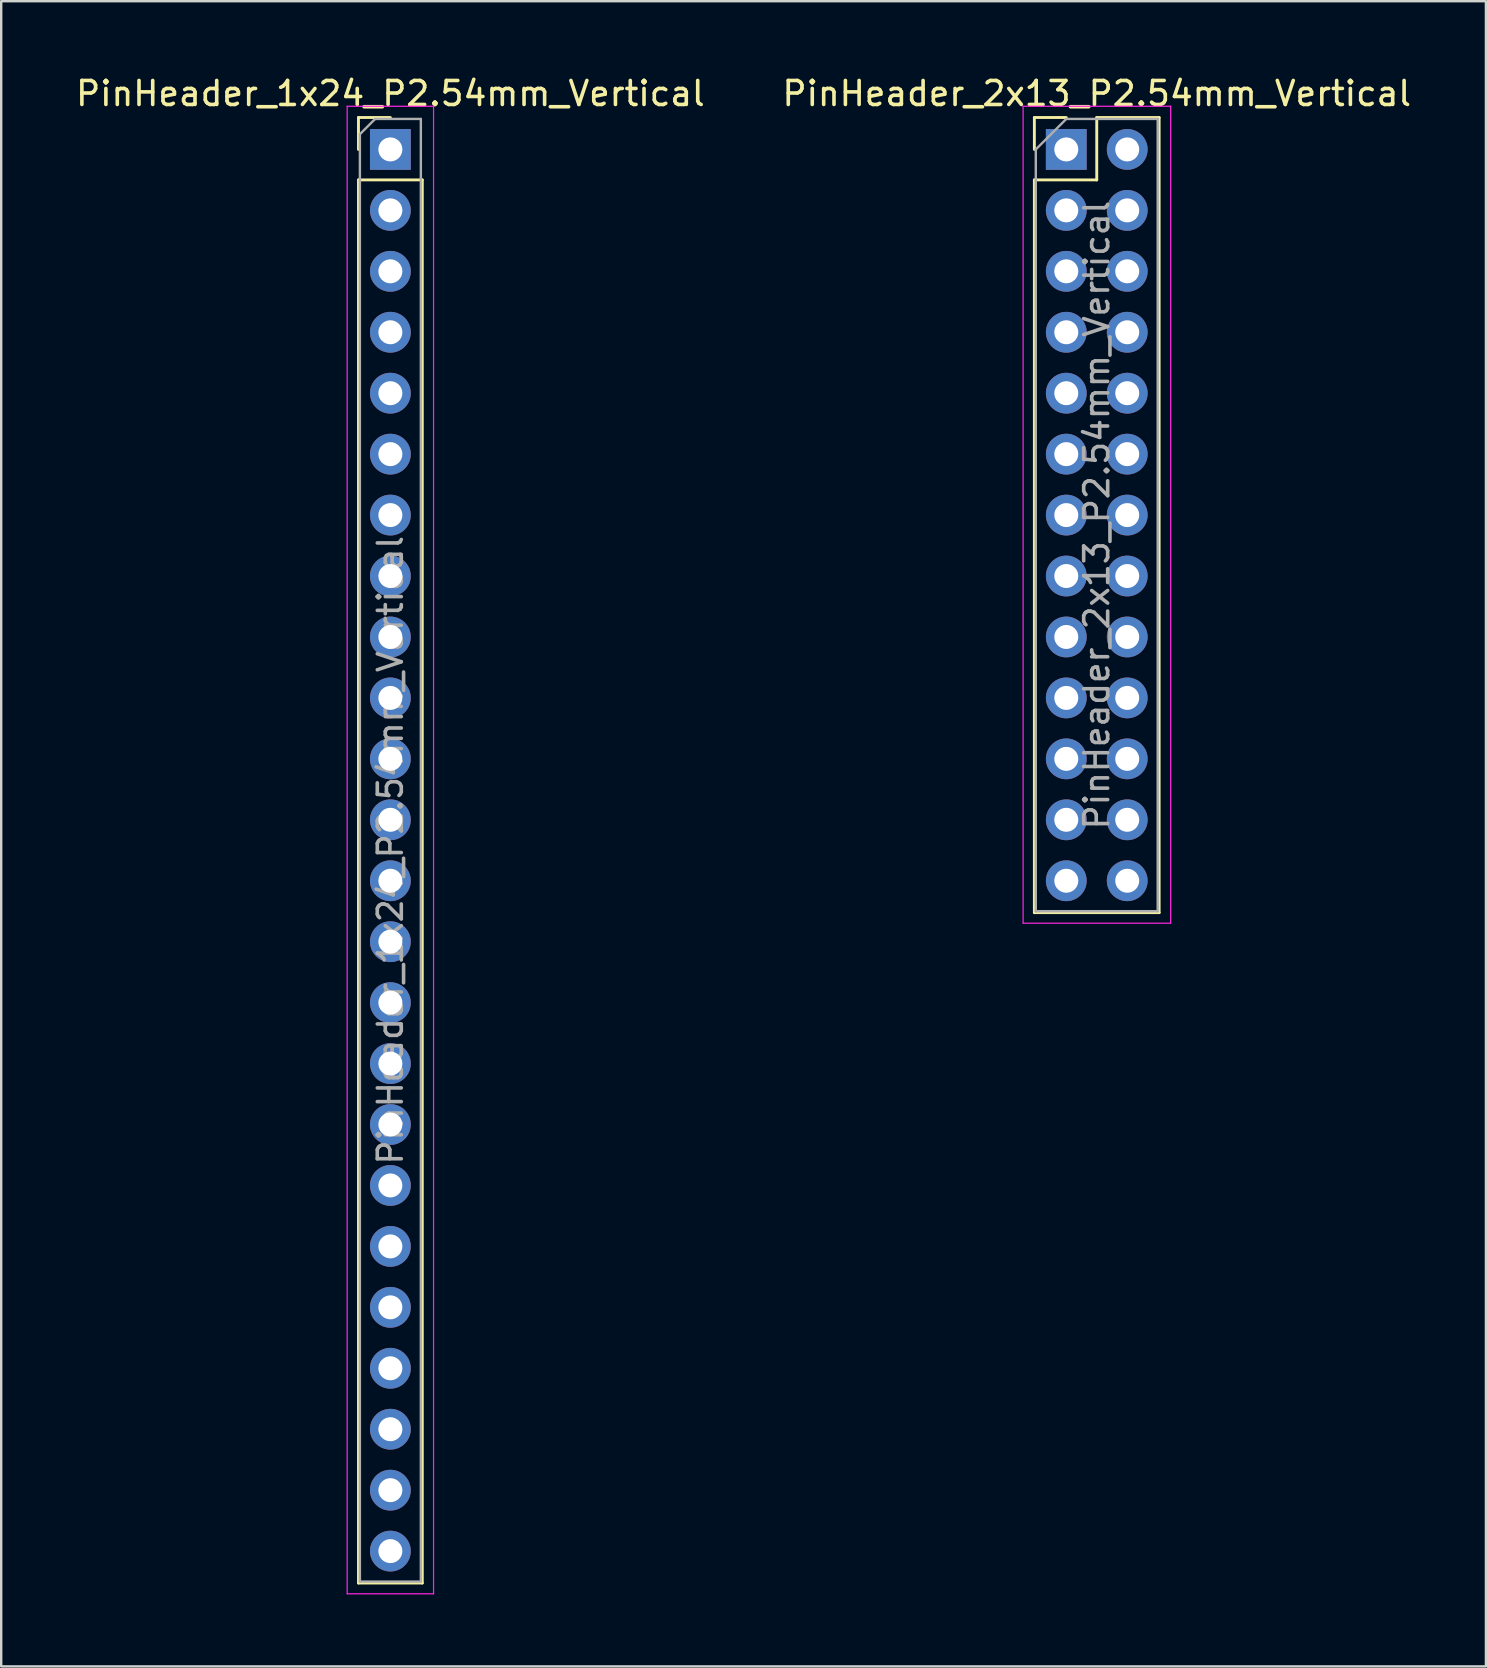
<source format=kicad_pcb>
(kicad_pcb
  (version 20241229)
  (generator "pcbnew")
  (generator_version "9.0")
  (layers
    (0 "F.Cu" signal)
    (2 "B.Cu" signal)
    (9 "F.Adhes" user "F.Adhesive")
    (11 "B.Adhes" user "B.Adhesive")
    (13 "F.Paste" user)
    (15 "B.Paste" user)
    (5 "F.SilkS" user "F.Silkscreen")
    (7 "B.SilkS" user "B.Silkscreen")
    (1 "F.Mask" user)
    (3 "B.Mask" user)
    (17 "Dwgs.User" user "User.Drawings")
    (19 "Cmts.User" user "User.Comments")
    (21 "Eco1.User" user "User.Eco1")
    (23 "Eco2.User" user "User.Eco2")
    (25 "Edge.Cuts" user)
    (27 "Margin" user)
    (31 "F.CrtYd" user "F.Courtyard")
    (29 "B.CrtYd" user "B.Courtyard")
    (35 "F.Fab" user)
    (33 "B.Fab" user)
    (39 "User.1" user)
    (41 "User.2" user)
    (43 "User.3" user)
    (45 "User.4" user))
  (footprint "PinHeader_2x13_P2.54mm_Vertical"
    (layer "F.Cu")
    (at 41.391 3.178)
    (property "Reference" "PinHeader_2x13_P2.54mm_Vertical" (at 1.27 -2.33 0) (layer "F.SilkS") (effects (font (size 1 1) (thickness 0.15))))
    (attr through_hole)
    (fp_line (start -1.33 -1.33) (end 0 -1.33) (stroke (width 0.12) (type solid)) (layer "F.SilkS"))
    (fp_line (start -1.33 0) (end -1.33 -1.33) (stroke (width 0.12) (type solid)) (layer "F.SilkS"))
    (fp_line (start -1.33 1.27) (end -1.33 31.81) (stroke (width 0.12) (type solid)) (layer "F.SilkS"))
    (fp_line (start -1.33 1.27) (end 1.27 1.27) (stroke (width 0.12) (type solid)) (layer "F.SilkS"))
    (fp_line (start -1.33 31.81) (end 3.87 31.81) (stroke (width 0.12) (type solid)) (layer "F.SilkS"))
    (fp_line (start 1.27 -1.33) (end 3.87 -1.33) (stroke (width 0.12) (type solid)) (layer "F.SilkS"))
    (fp_line (start 1.27 1.27) (end 1.27 -1.33) (stroke (width 0.12) (type solid)) (layer "F.SilkS"))
    (fp_line (start 3.87 -1.33) (end 3.87 31.81) (stroke (width 0.12) (type solid)) (layer "F.SilkS"))
    (fp_line (start -1.8 -1.8) (end -1.8 32.25) (stroke (width 0.05) (type solid)) (layer "F.CrtYd"))
    (fp_line (start -1.8 32.25) (end 4.35 32.25) (stroke (width 0.05) (type solid)) (layer "F.CrtYd"))
    (fp_line (start 4.35 -1.8) (end -1.8 -1.8) (stroke (width 0.05) (type solid)) (layer "F.CrtYd"))
    (fp_line (start 4.35 32.25) (end 4.35 -1.8) (stroke (width 0.05) (type solid)) (layer "F.CrtYd"))
    (fp_line (start -1.27 0) (end 0 -1.27) (stroke (width 0.1) (type solid)) (layer "F.Fab"))
    (fp_line (start -1.27 31.75) (end -1.27 0) (stroke (width 0.1) (type solid)) (layer "F.Fab"))
    (fp_line (start 0 -1.27) (end 3.81 -1.27) (stroke (width 0.1) (type solid)) (layer "F.Fab"))
    (fp_line (start 3.81 -1.27) (end 3.81 31.75) (stroke (width 0.1) (type solid)) (layer "F.Fab"))
    (fp_line (start 3.81 31.75) (end -1.27 31.75) (stroke (width 0.1) (type solid)) (layer "F.Fab"))
    (fp_text user "${REFERENCE}" (at 1.27 15.24 90) (layer "F.Fab") (effects (font (size 1 1) (thickness 0.15))))
    (pad "1" thru_hole rect (at 0 0) (size 1.7 1.7) (drill 1) (layers "*.Cu" "*.Mask"))
    (pad "2" thru_hole oval (at 2.54 0) (size 1.7 1.7) (drill 1) (layers "*.Cu" "*.Mask"))
    (pad "3" thru_hole oval (at 0 2.54) (size 1.7 1.7) (drill 1) (layers "*.Cu" "*.Mask"))
    (pad "4" thru_hole oval (at 2.54 2.54) (size 1.7 1.7) (drill 1) (layers "*.Cu" "*.Mask"))
    (pad "5" thru_hole oval (at 0 5.08) (size 1.7 1.7) (drill 1) (layers "*.Cu" "*.Mask"))
    (pad "6" thru_hole oval (at 2.54 5.08) (size 1.7 1.7) (drill 1) (layers "*.Cu" "*.Mask"))
    (pad "7" thru_hole oval (at 0 7.62) (size 1.7 1.7) (drill 1) (layers "*.Cu" "*.Mask"))
    (pad "8" thru_hole oval (at 2.54 7.62) (size 1.7 1.7) (drill 1) (layers "*.Cu" "*.Mask"))
    (pad "9" thru_hole oval (at 0 10.16) (size 1.7 1.7) (drill 1) (layers "*.Cu" "*.Mask"))
    (pad "10" thru_hole oval (at 2.54 10.16) (size 1.7 1.7) (drill 1) (layers "*.Cu" "*.Mask"))
    (pad "11" thru_hole oval (at 0 12.7) (size 1.7 1.7) (drill 1) (layers "*.Cu" "*.Mask"))
    (pad "12" thru_hole oval (at 2.54 12.7) (size 1.7 1.7) (drill 1) (layers "*.Cu" "*.Mask"))
    (pad "13" thru_hole oval (at 0 15.24) (size 1.7 1.7) (drill 1) (layers "*.Cu" "*.Mask"))
    (pad "14" thru_hole oval (at 2.54 15.24) (size 1.7 1.7) (drill 1) (layers "*.Cu" "*.Mask"))
    (pad "15" thru_hole oval (at 0 17.78) (size 1.7 1.7) (drill 1) (layers "*.Cu" "*.Mask"))
    (pad "16" thru_hole oval (at 2.54 17.78) (size 1.7 1.7) (drill 1) (layers "*.Cu" "*.Mask"))
    (pad "17" thru_hole oval (at 0 20.32) (size 1.7 1.7) (drill 1) (layers "*.Cu" "*.Mask"))
    (pad "18" thru_hole oval (at 2.54 20.32) (size 1.7 1.7) (drill 1) (layers "*.Cu" "*.Mask"))
    (pad "19" thru_hole oval (at 0 22.86) (size 1.7 1.7) (drill 1) (layers "*.Cu" "*.Mask"))
    (pad "20" thru_hole oval (at 2.54 22.86) (size 1.7 1.7) (drill 1) (layers "*.Cu" "*.Mask"))
    (pad "21" thru_hole oval (at 0 25.4) (size 1.7 1.7) (drill 1) (layers "*.Cu" "*.Mask"))
    (pad "22" thru_hole oval (at 2.54 25.4) (size 1.7 1.7) (drill 1) (layers "*.Cu" "*.Mask"))
    (pad "23" thru_hole oval (at 0 27.94) (size 1.7 1.7) (drill 1) (layers "*.Cu" "*.Mask"))
    (pad "24" thru_hole oval (at 2.54 27.94) (size 1.7 1.7) (drill 1) (layers "*.Cu" "*.Mask"))
    (pad "25" thru_hole oval (at 0 30.48) (size 1.7 1.7) (drill 1) (layers "*.Cu" "*.Mask"))
    (pad "26" thru_hole oval (at 2.54 30.48) (size 1.7 1.7) (drill 1) (layers "*.Cu" "*.Mask")))
  (footprint "PinHeader_1x24_P2.54mm_Vertical"
    (layer "F.Cu")
    (at 13.22 3.178)
    (property "Reference" "PinHeader_1x24_P2.54mm_Vertical" (at 0 -2.33 0) (layer "F.SilkS") (effects (font (size 1 1) (thickness 0.15))))
    (attr through_hole)
    (fp_line (start -1.33 -1.33) (end 0 -1.33) (stroke (width 0.12) (type solid)) (layer "F.SilkS"))
    (fp_line (start -1.33 0) (end -1.33 -1.33) (stroke (width 0.12) (type solid)) (layer "F.SilkS"))
    (fp_line (start -1.33 1.27) (end -1.33 59.75) (stroke (width 0.12) (type solid)) (layer "F.SilkS"))
    (fp_line (start -1.33 1.27) (end 1.33 1.27) (stroke (width 0.12) (type solid)) (layer "F.SilkS"))
    (fp_line (start -1.33 59.75) (end 1.33 59.75) (stroke (width 0.12) (type solid)) (layer "F.SilkS"))
    (fp_line (start 1.33 1.27) (end 1.33 59.75) (stroke (width 0.12) (type solid)) (layer "F.SilkS"))
    (fp_line (start -1.8 -1.8) (end -1.8 60.2) (stroke (width 0.05) (type solid)) (layer "F.CrtYd"))
    (fp_line (start -1.8 60.2) (end 1.8 60.2) (stroke (width 0.05) (type solid)) (layer "F.CrtYd"))
    (fp_line (start 1.8 -1.8) (end -1.8 -1.8) (stroke (width 0.05) (type solid)) (layer "F.CrtYd"))
    (fp_line (start 1.8 60.2) (end 1.8 -1.8) (stroke (width 0.05) (type solid)) (layer "F.CrtYd"))
    (fp_line (start -1.27 -0.635) (end -0.635 -1.27) (stroke (width 0.1) (type solid)) (layer "F.Fab"))
    (fp_line (start -1.27 59.69) (end -1.27 -0.635) (stroke (width 0.1) (type solid)) (layer "F.Fab"))
    (fp_line (start -0.635 -1.27) (end 1.27 -1.27) (stroke (width 0.1) (type solid)) (layer "F.Fab"))
    (fp_line (start 1.27 -1.27) (end 1.27 59.69) (stroke (width 0.1) (type solid)) (layer "F.Fab"))
    (fp_line (start 1.27 59.69) (end -1.27 59.69) (stroke (width 0.1) (type solid)) (layer "F.Fab"))
    (fp_text user "${REFERENCE}" (at 0 29.21 90) (layer "F.Fab") (effects (font (size 1 1) (thickness 0.15))))
    (pad "1" thru_hole rect (at 0 0) (size 1.7 1.7) (drill 1) (layers "*.Cu" "*.Mask"))
    (pad "2" thru_hole oval (at 0 2.54) (size 1.7 1.7) (drill 1) (layers "*.Cu" "*.Mask"))
    (pad "3" thru_hole oval (at 0 5.08) (size 1.7 1.7) (drill 1) (layers "*.Cu" "*.Mask"))
    (pad "4" thru_hole oval (at 0 7.62) (size 1.7 1.7) (drill 1) (layers "*.Cu" "*.Mask"))
    (pad "5" thru_hole oval (at 0 10.16) (size 1.7 1.7) (drill 1) (layers "*.Cu" "*.Mask"))
    (pad "6" thru_hole oval (at 0 12.7) (size 1.7 1.7) (drill 1) (layers "*.Cu" "*.Mask"))
    (pad "7" thru_hole oval (at 0 15.24) (size 1.7 1.7) (drill 1) (layers "*.Cu" "*.Mask"))
    (pad "8" thru_hole oval (at 0 17.78) (size 1.7 1.7) (drill 1) (layers "*.Cu" "*.Mask"))
    (pad "9" thru_hole oval (at 0 20.32) (size 1.7 1.7) (drill 1) (layers "*.Cu" "*.Mask"))
    (pad "10" thru_hole oval (at 0 22.86) (size 1.7 1.7) (drill 1) (layers "*.Cu" "*.Mask"))
    (pad "11" thru_hole oval (at 0 25.4) (size 1.7 1.7) (drill 1) (layers "*.Cu" "*.Mask"))
    (pad "12" thru_hole oval (at 0 27.94) (size 1.7 1.7) (drill 1) (layers "*.Cu" "*.Mask"))
    (pad "13" thru_hole oval (at 0 30.48) (size 1.7 1.7) (drill 1) (layers "*.Cu" "*.Mask"))
    (pad "14" thru_hole oval (at 0 33.02) (size 1.7 1.7) (drill 1) (layers "*.Cu" "*.Mask"))
    (pad "15" thru_hole oval (at 0 35.56) (size 1.7 1.7) (drill 1) (layers "*.Cu" "*.Mask"))
    (pad "16" thru_hole oval (at 0 38.1) (size 1.7 1.7) (drill 1) (layers "*.Cu" "*.Mask"))
    (pad "17" thru_hole oval (at 0 40.64) (size 1.7 1.7) (drill 1) (layers "*.Cu" "*.Mask"))
    (pad "18" thru_hole oval (at 0 43.18) (size 1.7 1.7) (drill 1) (layers "*.Cu" "*.Mask"))
    (pad "19" thru_hole oval (at 0 45.72) (size 1.7 1.7) (drill 1) (layers "*.Cu" "*.Mask"))
    (pad "20" thru_hole oval (at 0 48.26) (size 1.7 1.7) (drill 1) (layers "*.Cu" "*.Mask"))
    (pad "21" thru_hole oval (at 0 50.8) (size 1.7 1.7) (drill 1) (layers "*.Cu" "*.Mask"))
    (pad "22" thru_hole oval (at 0 53.34) (size 1.7 1.7) (drill 1) (layers "*.Cu" "*.Mask"))
    (pad "23" thru_hole oval (at 0 55.88) (size 1.7 1.7) (drill 1) (layers "*.Cu" "*.Mask"))
    (pad "24" thru_hole oval (at 0 58.42) (size 1.7 1.7) (drill 1) (layers "*.Cu" "*.Mask")))
  (gr_rect
    (start -3 -3)
    (end 58.881 66.403)
    (stroke (width 0.1) (type default))
    (fill no)
    (layer "Edge.Cuts")))
</source>
